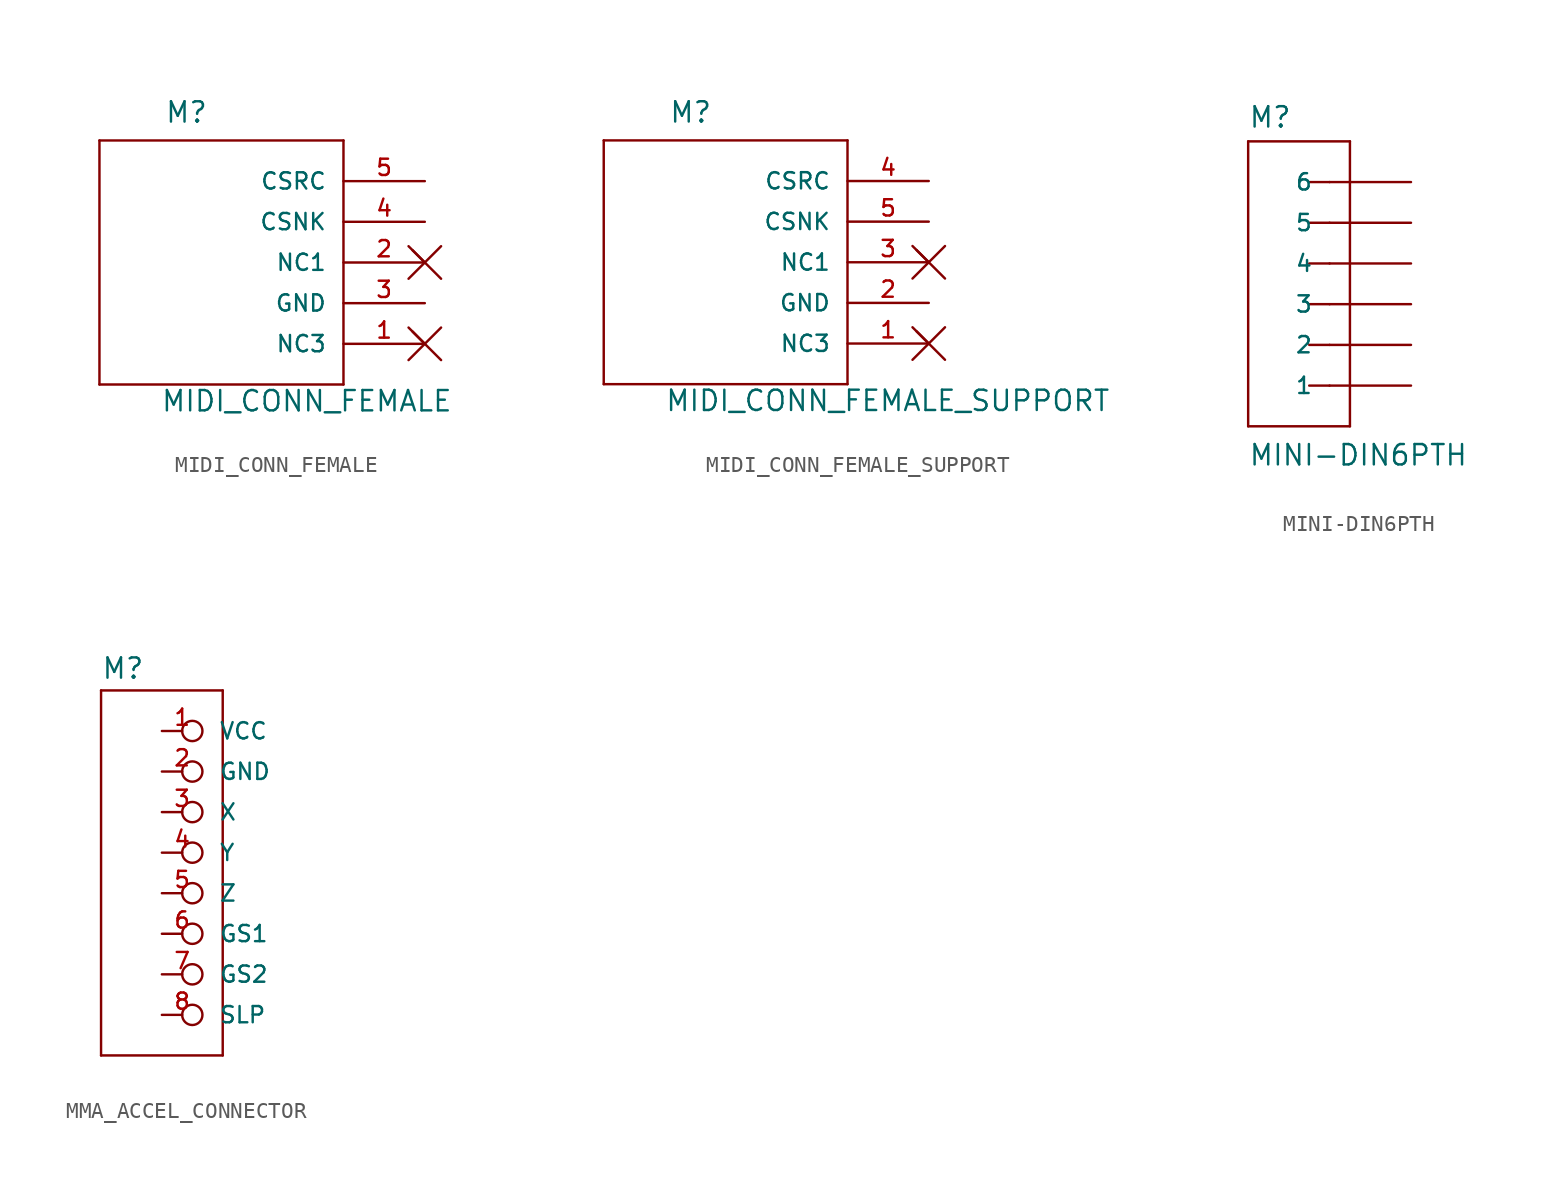
<source format=kicad_sym>
(kicad_symbol_lib
  (version 20211014)
  (generator kicad_symbol_editor)
  (symbol "MIDI_CONN_FEMALE"
    (pin_names
      (offset 1.016))
    (property "Reference" "M"
      (at -3.556 8.636 0)
      (effects (font (size 1.27 1.27)) (justify left bottom)))
    (property "Value" "MIDI_CONN_FEMALE"
      (at -3.81 -9.398 0)
      (effects (font (size 1.27 1.27)) (justify left bottom)))
    (property "Datasheet" ""
      (at 0 0 0)
      (effects (font (size 1.524 1.524))))
    (property "ki_locked" ""
      (at 0 0 0)
      (effects (font (size 1.27 1.27))))
    (symbol "MIDI_CONN_FEMALE_1_0"
      (polyline (pts (xy -7.62 -7.62) (xy 7.62 -7.62)) (stroke (width 0) (type default) (color 0 0 0 0)) (fill (type none)))
      (polyline (pts (xy -7.62 7.62) (xy -7.62 -7.62)) (stroke (width 0) (type default) (color 0 0 0 0)) (fill (type none)))
      (polyline (pts (xy 7.62 -7.62) (xy 7.62 7.62)) (stroke (width 0) (type default) (color 0 0 0 0)) (fill (type none)))
      (polyline (pts (xy 7.62 7.62) (xy -7.62 7.62)) (stroke (width 0) (type default) (color 0 0 0 0)) (fill (type none)))
      (polyline (pts (xy 12.7 -5.08) (xy 11.684 -6.096)) (stroke (width 0) (type default) (color 0 0 0 0)) (fill (type none)))
      (polyline (pts (xy 12.7 -5.08) (xy 11.684 -4.064)) (stroke (width 0) (type default) (color 0 0 0 0)) (fill (type none)))
      (polyline (pts (xy 12.7 -5.08) (xy 11.938 -4.318)) (stroke (width 0) (type default) (color 0 0 0 0)) (fill (type none)))
      (polyline (pts (xy 12.7 -5.08) (xy 13.716 -6.096)) (stroke (width 0) (type default) (color 0 0 0 0)) (fill (type none)))
      (polyline (pts (xy 12.7 0) (xy 11.684 -1.016)) (stroke (width 0) (type default) (color 0 0 0 0)) (fill (type none)))
      (polyline (pts (xy 12.7 0) (xy 11.684 1.016)) (stroke (width 0) (type default) (color 0 0 0 0)) (fill (type none)))
      (polyline (pts (xy 12.7 0) (xy 11.938 0.762)) (stroke (width 0) (type default) (color 0 0 0 0)) (fill (type none)))
      (polyline (pts (xy 12.7 0) (xy 13.716 -1.016)) (stroke (width 0) (type default) (color 0 0 0 0)) (fill (type none)))
      (polyline (pts (xy 13.716 -4.064) (xy 12.7 -5.08)) (stroke (width 0) (type default) (color 0 0 0 0)) (fill (type none)))
      (polyline (pts (xy 13.716 1.016) (xy 12.7 0)) (stroke (width 0) (type default) (color 0 0 0 0)) (fill (type none))))
    (symbol "MIDI_CONN_FEMALE_1_1"
      (pin bidirectional line (at 12.7 -5.08 180) (length 5.08) (name "NC3" (effects (font (size 1.016 1.016)))) (number "1" (effects (font (size 1.016 1.016)))))
      (pin bidirectional line (at 12.7 0 180) (length 5.08) (name "NC1" (effects (font (size 1.016 1.016)))) (number "2" (effects (font (size 1.016 1.016)))))
      (pin bidirectional line (at 12.7 -2.54 180) (length 5.08) (name "GND" (effects (font (size 1.016 1.016)))) (number "3" (effects (font (size 1.016 1.016)))))
      (pin bidirectional line (at 12.7 2.54 180) (length 5.08) (name "CSNK" (effects (font (size 1.016 1.016)))) (number "4" (effects (font (size 1.016 1.016)))))
      (pin bidirectional line (at 12.7 5.08 180) (length 5.08) (name "CSRC" (effects (font (size 1.016 1.016)))) (number "5" (effects (font (size 1.016 1.016)))))))
  (symbol "MIDI_CONN_FEMALE_SUPPORT"
    (pin_names
      (offset 1.016))
    (property "Reference" "M"
      (at -3.556 8.636 0)
      (effects (font (size 1.27 1.27)) (justify left bottom)))
    (property "Value" "MIDI_CONN_FEMALE_SUPPORT"
      (at -3.81 -9.398 0)
      (effects (font (size 1.27 1.27)) (justify left bottom)))
    (property "Datasheet" ""
      (at 0 0 0)
      (effects (font (size 1.524 1.524))))
    (property "ki_locked" ""
      (at 0 0 0)
      (effects (font (size 1.27 1.27))))
    (symbol "MIDI_CONN_FEMALE_SUPPORT_1_0"
      (polyline (pts (xy -7.62 -7.62) (xy 7.62 -7.62)) (stroke (width 0) (type default) (color 0 0 0 0)) (fill (type none)))
      (polyline (pts (xy -7.62 7.62) (xy -7.62 -7.62)) (stroke (width 0) (type default) (color 0 0 0 0)) (fill (type none)))
      (polyline (pts (xy 7.62 -7.62) (xy 7.62 7.62)) (stroke (width 0) (type default) (color 0 0 0 0)) (fill (type none)))
      (polyline (pts (xy 7.62 7.62) (xy -7.62 7.62)) (stroke (width 0) (type default) (color 0 0 0 0)) (fill (type none)))
      (polyline (pts (xy 12.7 -5.08) (xy 11.684 -6.096)) (stroke (width 0) (type default) (color 0 0 0 0)) (fill (type none)))
      (polyline (pts (xy 12.7 -5.08) (xy 11.684 -4.064)) (stroke (width 0) (type default) (color 0 0 0 0)) (fill (type none)))
      (polyline (pts (xy 12.7 -5.08) (xy 11.938 -4.318)) (stroke (width 0) (type default) (color 0 0 0 0)) (fill (type none)))
      (polyline (pts (xy 12.7 -5.08) (xy 13.716 -6.096)) (stroke (width 0) (type default) (color 0 0 0 0)) (fill (type none)))
      (polyline (pts (xy 12.7 0) (xy 11.684 -1.016)) (stroke (width 0) (type default) (color 0 0 0 0)) (fill (type none)))
      (polyline (pts (xy 12.7 0) (xy 11.684 1.016)) (stroke (width 0) (type default) (color 0 0 0 0)) (fill (type none)))
      (polyline (pts (xy 12.7 0) (xy 11.938 0.762)) (stroke (width 0) (type default) (color 0 0 0 0)) (fill (type none)))
      (polyline (pts (xy 12.7 0) (xy 13.716 -1.016)) (stroke (width 0) (type default) (color 0 0 0 0)) (fill (type none)))
      (polyline (pts (xy 13.716 -4.064) (xy 12.7 -5.08)) (stroke (width 0) (type default) (color 0 0 0 0)) (fill (type none)))
      (polyline (pts (xy 13.716 1.016) (xy 12.7 0)) (stroke (width 0) (type default) (color 0 0 0 0)) (fill (type none))))
    (symbol "MIDI_CONN_FEMALE_SUPPORT_1_1"
      (pin bidirectional line (at 12.7 -5.08 180) (length 5.08) (name "NC3" (effects (font (size 1.016 1.016)))) (number "1" (effects (font (size 1.016 1.016)))))
      (pin bidirectional line (at 12.7 -2.54 180) (length 5.08) (name "GND" (effects (font (size 1.016 1.016)))) (number "2" (effects (font (size 1.016 1.016)))))
      (pin bidirectional line (at 12.7 0 180) (length 5.08) (name "NC1" (effects (font (size 1.016 1.016)))) (number "3" (effects (font (size 1.016 1.016)))))
      (pin bidirectional line (at 12.7 5.08 180) (length 5.08) (name "CSRC" (effects (font (size 1.016 1.016)))) (number "4" (effects (font (size 1.016 1.016)))))
      (pin bidirectional line (at 12.7 2.54 180) (length 5.08) (name "CSNK" (effects (font (size 1.016 1.016)))) (number "5" (effects (font (size 1.016 1.016)))))))
  (symbol "MINI-DIN6PTH"
    (pin_numbers hide)
    (pin_names
      (offset 1.016))
    (property "Reference" "M"
      (at -5.08 10.922 0)
      (effects (font (size 1.27 1.27)) (justify left bottom)))
    (property "Value" "MINI-DIN6PTH"
      (at -5.08 -10.16 0)
      (effects (font (size 1.27 1.27)) (justify left bottom)))
    (property "Datasheet" ""
      (at 0 0 0)
      (effects (font (size 1.524 1.524))))
    (property "ki_locked" ""
      (at 0 0 0)
      (effects (font (size 1.27 1.27))))
    (symbol "MINI-DIN6PTH_1_0"
      (polyline (pts (xy -5.08 10.16) (xy -5.08 -7.62)) (stroke (width 0) (type default) (color 0 0 0 0)) (fill (type none)))
      (polyline (pts (xy -5.08 10.16) (xy 1.27 10.16)) (stroke (width 0) (type default) (color 0 0 0 0)) (fill (type none)))
      (polyline (pts (xy -1.27 -5.08) (xy 0 -5.08)) (stroke (width 0) (type default) (color 0 0 0 0)) (fill (type none)))
      (polyline (pts (xy -1.27 -2.54) (xy 0 -2.54)) (stroke (width 0) (type default) (color 0 0 0 0)) (fill (type none)))
      (polyline (pts (xy -1.27 0) (xy 0 0)) (stroke (width 0) (type default) (color 0 0 0 0)) (fill (type none)))
      (polyline (pts (xy -1.27 2.54) (xy 0 2.54)) (stroke (width 0) (type default) (color 0 0 0 0)) (fill (type none)))
      (polyline (pts (xy -1.27 5.08) (xy 0 5.08)) (stroke (width 0) (type default) (color 0 0 0 0)) (fill (type none)))
      (polyline (pts (xy -1.27 7.62) (xy 0 7.62)) (stroke (width 0) (type default) (color 0 0 0 0)) (fill (type none)))
      (polyline (pts (xy 1.27 -7.62) (xy -5.08 -7.62)) (stroke (width 0) (type default) (color 0 0 0 0)) (fill (type none)))
      (polyline (pts (xy 1.27 -7.62) (xy 1.27 10.16)) (stroke (width 0) (type default) (color 0 0 0 0)) (fill (type none))))
    (symbol "MINI-DIN6PTH_1_1"
      (pin passive line (at 5.08 -5.08 180) (length 5.08) (name "1" (effects (font (size 1.016 1.016)))) (number "1" (effects (font (size 1.016 1.016)))))
      (pin passive line (at 5.08 -2.54 180) (length 5.08) (name "2" (effects (font (size 1.016 1.016)))) (number "2" (effects (font (size 1.016 1.016)))))
      (pin passive line (at 5.08 0 180) (length 5.08) (name "3" (effects (font (size 1.016 1.016)))) (number "3" (effects (font (size 1.016 1.016)))))
      (pin passive line (at 5.08 2.54 180) (length 5.08) (name "4" (effects (font (size 1.016 1.016)))) (number "4" (effects (font (size 1.016 1.016)))))
      (pin passive line (at 5.08 5.08 180) (length 5.08) (name "5" (effects (font (size 1.016 1.016)))) (number "5" (effects (font (size 1.016 1.016)))))
      (pin passive line (at 5.08 7.62 180) (length 5.08) (name "6" (effects (font (size 1.016 1.016)))) (number "6" (effects (font (size 1.016 1.016)))))))
  (symbol "MMA_ACCEL_CONNECTOR"
    (pin_names
      (offset 1.016))
    (property "Reference" "M"
      (at -6.35 13.335 0)
      (effects (font (size 1.27 1.27)) (justify left bottom)))
    (property "Datasheet" ""
      (at 0 0 0)
      (effects (font (size 1.524 1.524))))
    (property "ki_locked" ""
      (at 0 0 0)
      (effects (font (size 1.27 1.27))))
    (symbol "MMA_ACCEL_CONNECTOR_1_0"
      (polyline (pts (xy -6.35 -10.16) (xy 1.27 -10.16)) (stroke (width 0) (type default) (color 0 0 0 0)) (fill (type none)))
      (polyline (pts (xy -6.35 12.7) (xy -6.35 -10.16)) (stroke (width 0) (type default) (color 0 0 0 0)) (fill (type none)))
      (polyline (pts (xy 1.27 -10.16) (xy 1.27 12.7)) (stroke (width 0) (type default) (color 0 0 0 0)) (fill (type none)))
      (polyline (pts (xy 1.27 12.7) (xy -6.35 12.7)) (stroke (width 0) (type default) (color 0 0 0 0)) (fill (type none))))
    (symbol "MMA_ACCEL_CONNECTOR_1_1"
      (pin passive inverted (at -2.54 10.16 0) (length 2.54) (name "VCC" (effects (font (size 1.016 1.016)))) (number "1" (effects (font (size 1.016 1.016)))))
      (pin passive inverted (at -2.54 7.62 0) (length 2.54) (name "GND" (effects (font (size 1.016 1.016)))) (number "2" (effects (font (size 1.016 1.016)))))
      (pin passive inverted (at -2.54 5.08 0) (length 2.54) (name "X" (effects (font (size 1.016 1.016)))) (number "3" (effects (font (size 1.016 1.016)))))
      (pin passive inverted (at -2.54 2.54 0) (length 2.54) (name "Y" (effects (font (size 1.016 1.016)))) (number "4" (effects (font (size 1.016 1.016)))))
      (pin passive inverted (at -2.54 0 0) (length 2.54) (name "Z" (effects (font (size 1.016 1.016)))) (number "5" (effects (font (size 1.016 1.016)))))
      (pin passive inverted (at -2.54 -2.54 0) (length 2.54) (name "GS1" (effects (font (size 1.016 1.016)))) (number "6" (effects (font (size 1.016 1.016)))))
      (pin passive inverted (at -2.54 -5.08 0) (length 2.54) (name "GS2" (effects (font (size 1.016 1.016)))) (number "7" (effects (font (size 1.016 1.016)))))
      (pin passive inverted (at -2.54 -7.62 0) (length 2.54) (name "SLP" (effects (font (size 1.016 1.016)))) (number "8" (effects (font (size 1.016 1.016))))))))
</source>
